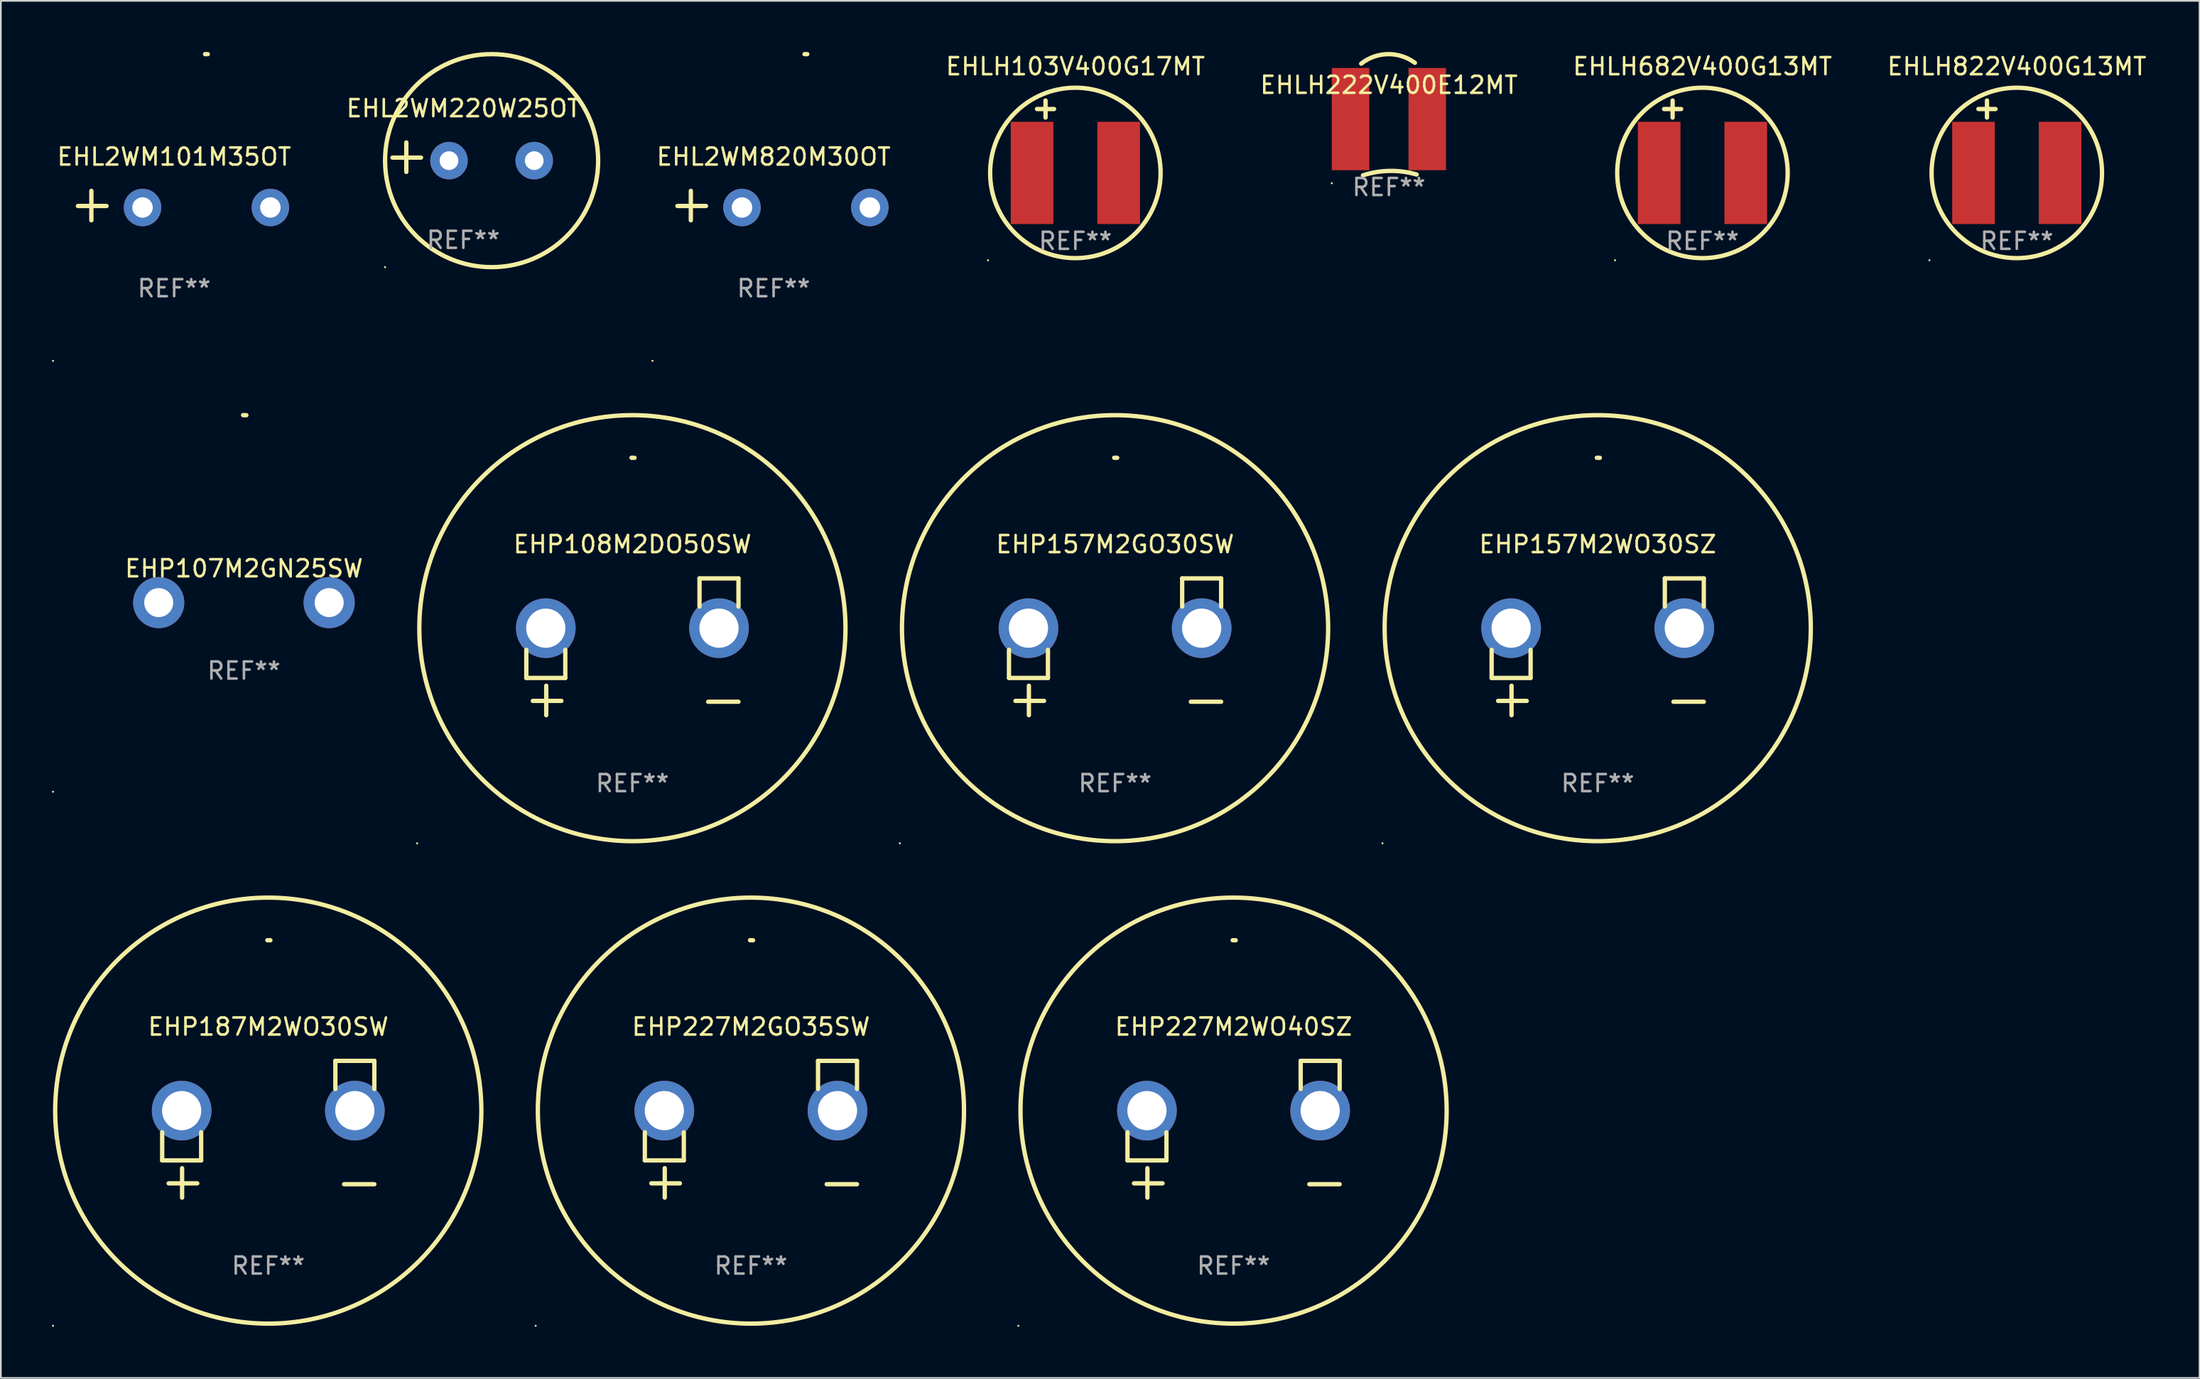
<source format=kicad_pcb>
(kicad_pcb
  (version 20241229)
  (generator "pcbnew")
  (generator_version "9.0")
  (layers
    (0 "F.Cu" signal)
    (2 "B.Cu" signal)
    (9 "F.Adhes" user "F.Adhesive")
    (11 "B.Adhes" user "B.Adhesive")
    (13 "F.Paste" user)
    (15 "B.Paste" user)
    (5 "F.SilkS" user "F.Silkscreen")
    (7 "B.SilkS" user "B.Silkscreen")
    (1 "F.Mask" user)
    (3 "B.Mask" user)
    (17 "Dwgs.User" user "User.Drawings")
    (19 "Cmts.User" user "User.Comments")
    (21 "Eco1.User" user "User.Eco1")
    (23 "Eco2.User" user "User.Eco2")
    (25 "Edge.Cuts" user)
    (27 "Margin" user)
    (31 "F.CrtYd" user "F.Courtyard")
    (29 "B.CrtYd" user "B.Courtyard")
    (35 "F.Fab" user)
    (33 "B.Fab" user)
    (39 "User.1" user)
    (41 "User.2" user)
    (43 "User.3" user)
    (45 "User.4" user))
  (footprint "EHP108M2DO50SW"
    (layer "F.Cu")
    (at 34.048 34.906)
    (property "Reference" "EHP108M2DO50SW" (at 0 -6.013 0) (layer "F.SilkS") (effects (font (size 1 1) (thickness 0.15))))
    (attr through_hole)
    (fp_line (start -6.223 0.178) (end -6.223 1.829) (stroke (width 0.254) (type solid)) (layer "F.SilkS"))
    (fp_line (start -6.223 1.829) (end -3.937 1.829) (stroke (width 0.254) (type solid)) (layer "F.SilkS"))
    (fp_line (start -5.055 4.013) (end -5.055 2.286) (stroke (width 0.254) (type solid)) (layer "F.SilkS"))
    (fp_line (start -4.166 3.175) (end -5.842 3.175) (stroke (width 0.254) (type solid)) (layer "F.SilkS"))
    (fp_line (start -3.937 1.829) (end -3.937 0.178) (stroke (width 0.254) (type solid)) (layer "F.SilkS"))
    (fp_line (start 3.937 -4.013) (end 3.937 -2.362) (stroke (width 0.254) (type solid)) (layer "F.SilkS"))
    (fp_line (start 6.223 -4.013) (end 3.937 -4.013) (stroke (width 0.254) (type solid)) (layer "F.SilkS"))
    (fp_line (start 6.223 -2.362) (end 6.223 -4.013) (stroke (width 0.254) (type solid)) (layer "F.SilkS"))
    (fp_line (start 6.223 3.226) (end 4.445 3.226) (stroke (width 0.254) (type solid)) (layer "F.SilkS"))
    (fp_arc (start -0.0508 -11.092202) (mid 0.036835 -11.091307) (end 0.12446 -11.089662) (stroke (width 0.254001) (type solid)) (layer "F.SilkS"))
    (fp_circle (center -12.627 11.535) (end -12.597 11.535) (stroke (width 0.06) (type solid)) (fill no) (layer "F.SilkS"))
    (fp_circle (center 0 -1.092) (end 12.5 -1.092) (stroke (width 0.254) (type solid)) (fill no) (layer "F.SilkS"))
    (fp_text user "REF**" (at 0 8.013 0) (layer "F.Fab") (effects (font (size 1 1) (thickness 0.15))))
    (pad "1" thru_hole circle (at -5.08 -1.092) (size 3.5 3.5) (drill 2.3) (layers "*.Cu" "*.Mask"))
    (pad "2" thru_hole circle (at 5.08 -1.092) (size 3.5 3.5) (drill 2.3) (layers "*.Cu" "*.Mask")))
  (footprint "EHP157M2GO30SW"
    (layer "F.Cu")
    (at 62.362 34.906)
    (property "Reference" "EHP157M2GO30SW" (at 0 -6.013 0) (layer "F.SilkS") (effects (font (size 1 1) (thickness 0.15))))
    (attr through_hole)
    (fp_line (start -6.223 0.178) (end -6.223 1.829) (stroke (width 0.254) (type solid)) (layer "F.SilkS"))
    (fp_line (start -6.223 1.829) (end -3.937 1.829) (stroke (width 0.254) (type solid)) (layer "F.SilkS"))
    (fp_line (start -5.055 4.013) (end -5.055 2.286) (stroke (width 0.254) (type solid)) (layer "F.SilkS"))
    (fp_line (start -4.166 3.175) (end -5.842 3.175) (stroke (width 0.254) (type solid)) (layer "F.SilkS"))
    (fp_line (start -3.937 1.829) (end -3.937 0.178) (stroke (width 0.254) (type solid)) (layer "F.SilkS"))
    (fp_line (start 3.937 -4.013) (end 3.937 -2.362) (stroke (width 0.254) (type solid)) (layer "F.SilkS"))
    (fp_line (start 6.223 -4.013) (end 3.937 -4.013) (stroke (width 0.254) (type solid)) (layer "F.SilkS"))
    (fp_line (start 6.223 -2.362) (end 6.223 -4.013) (stroke (width 0.254) (type solid)) (layer "F.SilkS"))
    (fp_line (start 6.223 3.226) (end 4.445 3.226) (stroke (width 0.254) (type solid)) (layer "F.SilkS"))
    (fp_arc (start -0.0508 -11.092202) (mid 0.036835 -11.091307) (end 0.12446 -11.089662) (stroke (width 0.254001) (type solid)) (layer "F.SilkS"))
    (fp_circle (center -12.627 11.535) (end -12.597 11.535) (stroke (width 0.06) (type solid)) (fill no) (layer "F.SilkS"))
    (fp_circle (center 0 -1.092) (end 12.5 -1.092) (stroke (width 0.254) (type solid)) (fill no) (layer "F.SilkS"))
    (fp_text user "REF**" (at 0 8.013 0) (layer "F.Fab") (effects (font (size 1 1) (thickness 0.15))))
    (pad "1" thru_hole circle (at -5.08 -1.092) (size 3.5 3.5) (drill 2.3) (layers "*.Cu" "*.Mask"))
    (pad "2" thru_hole circle (at 5.08 -1.092) (size 3.5 3.5) (drill 2.3) (layers "*.Cu" "*.Mask")))
  (footprint "EHL2WM220W25OT"
    (layer "F.Cu")
    (at 24.131 6.174)
    (property "Reference" "EHL2WM220W25OT" (at 0 -2.864 0) (layer "F.SilkS") (effects (font (size 1 1) (thickness 0.15))))
    (attr through_hole)
    (fp_line (start -3.346 0.864) (end -3.346 -0.864) (stroke (width 0.254) (type solid)) (layer "F.SilkS"))
    (fp_line (start -2.482 0.025) (end -4.158 0.025) (stroke (width 0.254) (type solid)) (layer "F.SilkS"))
    (fp_circle (center -4.592 6.453) (end -4.562 6.453) (stroke (width 0.06) (type solid)) (fill no) (layer "F.SilkS"))
    (fp_circle (center 1.658 0.203) (end 7.908 0.203) (stroke (width 0.254) (type solid)) (fill no) (layer "F.SilkS"))
    (fp_text user "REF**" (at 0 4.864 0) (layer "F.Fab") (effects (font (size 1 1) (thickness 0.15))))
    (pad "1" thru_hole circle (at -0.842 0.203) (size 2.2 2.2) (drill 1.1) (layers "*.Cu" "*.Mask"))
    (pad "2" thru_hole circle (at 4.158 0.203) (size 2.2 2.2) (drill 1.1) (layers "*.Cu" "*.Mask")))
  (footprint "EHP227M2GO35SW"
    (layer "F.Cu")
    (at 41.001 63.219)
    (property "Reference" "EHP227M2GO35SW" (at 0 -6.013 0) (layer "F.SilkS") (effects (font (size 1 1) (thickness 0.15))))
    (attr through_hole)
    (fp_line (start -6.223 0.178) (end -6.223 1.829) (stroke (width 0.254) (type solid)) (layer "F.SilkS"))
    (fp_line (start -6.223 1.829) (end -3.937 1.829) (stroke (width 0.254) (type solid)) (layer "F.SilkS"))
    (fp_line (start -5.055 4.013) (end -5.055 2.286) (stroke (width 0.254) (type solid)) (layer "F.SilkS"))
    (fp_line (start -4.166 3.175) (end -5.842 3.175) (stroke (width 0.254) (type solid)) (layer "F.SilkS"))
    (fp_line (start -3.937 1.829) (end -3.937 0.178) (stroke (width 0.254) (type solid)) (layer "F.SilkS"))
    (fp_line (start 3.937 -4.013) (end 3.937 -2.362) (stroke (width 0.254) (type solid)) (layer "F.SilkS"))
    (fp_line (start 6.223 -4.013) (end 3.937 -4.013) (stroke (width 0.254) (type solid)) (layer "F.SilkS"))
    (fp_line (start 6.223 -2.362) (end 6.223 -4.013) (stroke (width 0.254) (type solid)) (layer "F.SilkS"))
    (fp_line (start 6.223 3.226) (end 4.445 3.226) (stroke (width 0.254) (type solid)) (layer "F.SilkS"))
    (fp_arc (start -0.0508 -11.092202) (mid 0.036835 -11.091307) (end 0.12446 -11.089662) (stroke (width 0.254001) (type solid)) (layer "F.SilkS"))
    (fp_circle (center -12.627 11.535) (end -12.597 11.535) (stroke (width 0.06) (type solid)) (fill no) (layer "F.SilkS"))
    (fp_circle (center 0 -1.092) (end 12.5 -1.092) (stroke (width 0.254) (type solid)) (fill no) (layer "F.SilkS"))
    (fp_text user "REF**" (at 0 8.013 0) (layer "F.Fab") (effects (font (size 1 1) (thickness 0.15))))
    (pad "1" thru_hole circle (at -5.08 -1.092) (size 3.5 3.5) (drill 2.3) (layers "*.Cu" "*.Mask"))
    (pad "2" thru_hole circle (at 5.08 -1.092) (size 3.5 3.5) (drill 2.3) (layers "*.Cu" "*.Mask")))
  (footprint "EHP227M2WO40SZ"
    (layer "F.Cu")
    (at 69.314 63.219)
    (property "Reference" "EHP227M2WO40SZ" (at 0 -6.013 0) (layer "F.SilkS") (effects (font (size 1 1) (thickness 0.15))))
    (attr through_hole)
    (fp_line (start -6.223 0.178) (end -6.223 1.829) (stroke (width 0.254) (type solid)) (layer "F.SilkS"))
    (fp_line (start -6.223 1.829) (end -3.937 1.829) (stroke (width 0.254) (type solid)) (layer "F.SilkS"))
    (fp_line (start -5.055 4.013) (end -5.055 2.286) (stroke (width 0.254) (type solid)) (layer "F.SilkS"))
    (fp_line (start -4.166 3.175) (end -5.842 3.175) (stroke (width 0.254) (type solid)) (layer "F.SilkS"))
    (fp_line (start -3.937 1.829) (end -3.937 0.178) (stroke (width 0.254) (type solid)) (layer "F.SilkS"))
    (fp_line (start 3.937 -4.013) (end 3.937 -2.362) (stroke (width 0.254) (type solid)) (layer "F.SilkS"))
    (fp_line (start 6.223 -4.013) (end 3.937 -4.013) (stroke (width 0.254) (type solid)) (layer "F.SilkS"))
    (fp_line (start 6.223 -2.362) (end 6.223 -4.013) (stroke (width 0.254) (type solid)) (layer "F.SilkS"))
    (fp_line (start 6.223 3.226) (end 4.445 3.226) (stroke (width 0.254) (type solid)) (layer "F.SilkS"))
    (fp_arc (start -0.0508 -11.092202) (mid 0.036835 -11.091307) (end 0.12446 -11.089662) (stroke (width 0.254001) (type solid)) (layer "F.SilkS"))
    (fp_circle (center -12.627 11.535) (end -12.597 11.535) (stroke (width 0.06) (type solid)) (fill no) (layer "F.SilkS"))
    (fp_circle (center 0 -1.092) (end 12.5 -1.092) (stroke (width 0.254) (type solid)) (fill no) (layer "F.SilkS"))
    (fp_text user "REF**" (at 0 8.013 0) (layer "F.Fab") (effects (font (size 1 1) (thickness 0.15))))
    (pad "1" thru_hole circle (at -5.08 -1.092) (size 3.5 3.5) (drill 2.3) (layers "*.Cu" "*.Mask"))
    (pad "2" thru_hole circle (at 5.08 -1.092) (size 3.5 3.5) (drill 2.3) (layers "*.Cu" "*.Mask")))
  (footprint "EHP187M2WO30SW"
    (layer "F.Cu")
    (at 12.687 63.219)
    (property "Reference" "EHP187M2WO30SW" (at 0 -6.013 0) (layer "F.SilkS") (effects (font (size 1 1) (thickness 0.15))))
    (attr through_hole)
    (fp_line (start -6.223 0.178) (end -6.223 1.829) (stroke (width 0.254) (type solid)) (layer "F.SilkS"))
    (fp_line (start -6.223 1.829) (end -3.937 1.829) (stroke (width 0.254) (type solid)) (layer "F.SilkS"))
    (fp_line (start -5.055 4.013) (end -5.055 2.286) (stroke (width 0.254) (type solid)) (layer "F.SilkS"))
    (fp_line (start -4.166 3.175) (end -5.842 3.175) (stroke (width 0.254) (type solid)) (layer "F.SilkS"))
    (fp_line (start -3.937 1.829) (end -3.937 0.178) (stroke (width 0.254) (type solid)) (layer "F.SilkS"))
    (fp_line (start 3.937 -4.013) (end 3.937 -2.362) (stroke (width 0.254) (type solid)) (layer "F.SilkS"))
    (fp_line (start 6.223 -4.013) (end 3.937 -4.013) (stroke (width 0.254) (type solid)) (layer "F.SilkS"))
    (fp_line (start 6.223 -2.362) (end 6.223 -4.013) (stroke (width 0.254) (type solid)) (layer "F.SilkS"))
    (fp_line (start 6.223 3.226) (end 4.445 3.226) (stroke (width 0.254) (type solid)) (layer "F.SilkS"))
    (fp_arc (start -0.0508 -11.092202) (mid 0.036835 -11.091307) (end 0.12446 -11.089662) (stroke (width 0.254001) (type solid)) (layer "F.SilkS"))
    (fp_circle (center -12.627 11.535) (end -12.597 11.535) (stroke (width 0.06) (type solid)) (fill no) (layer "F.SilkS"))
    (fp_circle (center 0 -1.092) (end 12.5 -1.092) (stroke (width 0.254) (type solid)) (fill no) (layer "F.SilkS"))
    (fp_text user "REF**" (at 0 8.013 0) (layer "F.Fab") (effects (font (size 1 1) (thickness 0.15))))
    (pad "1" thru_hole circle (at -5.08 -1.092) (size 3.5 3.5) (drill 2.3) (layers "*.Cu" "*.Mask"))
    (pad "2" thru_hole circle (at 5.08 -1.092) (size 3.5 3.5) (drill 2.3) (layers "*.Cu" "*.Mask")))
  (footprint "EHLH682V400G13MT"
    (layer "F.Cu")
    (at 96.82 4.973)
    (property "Reference" "EHLH682V400G13MT" (at 0 -4.125 0) (layer "F.SilkS") (effects (font (size 1 1) (thickness 0.15))))
    (attr through_hole)
    (fp_line (start -2.25 -1.625) (end -1.25 -1.625) (stroke (width 0.254) (type solid)) (layer "F.SilkS"))
    (fp_line (start -1.75 -2.125) (end -1.75 -1.125) (stroke (width 0.254) (type solid)) (layer "F.SilkS"))
    (fp_circle (center -5.127 7.252) (end -5.097 7.252) (stroke (width 0.06) (type solid)) (fill no) (layer "F.SilkS"))
    (fp_circle (center 0 2.125) (end 5 2.125) (stroke (width 0.254) (type solid)) (fill no) (layer "F.SilkS"))
    (fp_text user "REF**" (at 0 6.125 0) (layer "F.Fab") (effects (font (size 1 1) (thickness 0.15))))
    (pad "1" smd rect (at -2.54 2.125 270) (size 6 2.5) (layers "F.Cu" "F.Mask" "F.Paste"))
    (pad "2" smd rect (at 2.54 2.125 270) (size 6 2.5) (layers "F.Cu" "F.Mask" "F.Paste")))
  (footprint "EHLH822V400G13MT"
    (layer "F.Cu")
    (at 115.261 4.973)
    (property "Reference" "EHLH822V400G13MT" (at 0 -4.125 0) (layer "F.SilkS") (effects (font (size 1 1) (thickness 0.15))))
    (attr through_hole)
    (fp_line (start -2.25 -1.625) (end -1.25 -1.625) (stroke (width 0.254) (type solid)) (layer "F.SilkS"))
    (fp_line (start -1.75 -2.125) (end -1.75 -1.125) (stroke (width 0.254) (type solid)) (layer "F.SilkS"))
    (fp_circle (center -5.127 7.252) (end -5.097 7.252) (stroke (width 0.06) (type solid)) (fill no) (layer "F.SilkS"))
    (fp_circle (center 0 2.125) (end 5 2.125) (stroke (width 0.254) (type solid)) (fill no) (layer "F.SilkS"))
    (fp_text user "REF**" (at 0 6.125 0) (layer "F.Fab") (effects (font (size 1 1) (thickness 0.15))))
    (pad "1" smd rect (at -2.54 2.125 270) (size 6 2.5) (layers "F.Cu" "F.Mask" "F.Paste"))
    (pad "2" smd rect (at 2.54 2.125 270) (size 6 2.5) (layers "F.Cu" "F.Mask" "F.Paste")))
  (footprint "EHL2WM101M35OT"
    (layer "F.Cu")
    (at 7.166 9.013)
    (property "Reference" "EHL2WM101M35OT" (at 0 -2.864 0) (layer "F.SilkS") (effects (font (size 1 1) (thickness 0.15))))
    (attr through_hole)
    (fp_line (start -4.856 0.864) (end -4.856 -0.864) (stroke (width 0.254) (type solid)) (layer "F.SilkS"))
    (fp_line (start -3.967 0.025) (end -5.644 0.025) (stroke (width 0.254) (type solid)) (layer "F.SilkS"))
    (fp_arc (start 1.815024 -8.885649) (mid 1.893764 -8.88599) (end 1.972504 -8.885649) (stroke (width 0.254001) (type solid)) (layer "F.SilkS"))
    (fp_circle (center -7.106 9.114) (end -7.076 9.114) (stroke (width 0.06) (type solid)) (fill no) (layer "F.SilkS"))
    (fp_text user "REF**" (at 0 4.864 0) (layer "F.Fab") (effects (font (size 1 1) (thickness 0.15))))
    (pad "1" thru_hole circle (at -1.856 0.114) (size 2.2 2.2) (drill 1.2) (layers "*.Cu" "*.Mask"))
    (pad "2" thru_hole circle (at 5.644 0.114) (size 2.2 2.2) (drill 1.2) (layers "*.Cu" "*.Mask")))
  (footprint "EHP157M2WO30SZ"
    (layer "F.Cu")
    (at 90.676 34.906)
    (property "Reference" "EHP157M2WO30SZ" (at 0 -6.013 0) (layer "F.SilkS") (effects (font (size 1 1) (thickness 0.15))))
    (attr through_hole)
    (fp_line (start -6.223 0.178) (end -6.223 1.829) (stroke (width 0.254) (type solid)) (layer "F.SilkS"))
    (fp_line (start -6.223 1.829) (end -3.937 1.829) (stroke (width 0.254) (type solid)) (layer "F.SilkS"))
    (fp_line (start -5.055 4.013) (end -5.055 2.286) (stroke (width 0.254) (type solid)) (layer "F.SilkS"))
    (fp_line (start -4.166 3.175) (end -5.842 3.175) (stroke (width 0.254) (type solid)) (layer "F.SilkS"))
    (fp_line (start -3.937 1.829) (end -3.937 0.178) (stroke (width 0.254) (type solid)) (layer "F.SilkS"))
    (fp_line (start 3.937 -4.013) (end 3.937 -2.362) (stroke (width 0.254) (type solid)) (layer "F.SilkS"))
    (fp_line (start 6.223 -4.013) (end 3.937 -4.013) (stroke (width 0.254) (type solid)) (layer "F.SilkS"))
    (fp_line (start 6.223 -2.362) (end 6.223 -4.013) (stroke (width 0.254) (type solid)) (layer "F.SilkS"))
    (fp_line (start 6.223 3.226) (end 4.445 3.226) (stroke (width 0.254) (type solid)) (layer "F.SilkS"))
    (fp_arc (start -0.0508 -11.092202) (mid 0.036835 -11.091307) (end 0.12446 -11.089662) (stroke (width 0.254001) (type solid)) (layer "F.SilkS"))
    (fp_circle (center -12.627 11.535) (end -12.597 11.535) (stroke (width 0.06) (type solid)) (fill no) (layer "F.SilkS"))
    (fp_circle (center 0 -1.092) (end 12.5 -1.092) (stroke (width 0.254) (type solid)) (fill no) (layer "F.SilkS"))
    (fp_text user "REF**" (at 0 8.013 0) (layer "F.Fab") (effects (font (size 1 1) (thickness 0.15))))
    (pad "1" thru_hole circle (at -5.08 -1.092) (size 3.5 3.5) (drill 2.3) (layers "*.Cu" "*.Mask"))
    (pad "2" thru_hole circle (at 5.08 -1.092) (size 3.5 3.5) (drill 2.3) (layers "*.Cu" "*.Mask")))
  (footprint "EHLH222V400E12MT"
    (layer "F.Cu")
    (at 78.427 3.939)
    (property "Reference" "EHLH222V400E12MT" (at 0 -2 0) (layer "F.SilkS") (effects (font (size 1 1) (thickness 0.15))))
    (attr through_hole)
    (fp_arc (start -1.626378 -3.252781) (mid -0.059532 -3.811851) (end 1.524016 -3.302007) (stroke (width 0.254001) (type solid)) (layer "F.SilkS"))
    (fp_arc (start -1.52399 3.302007) (mid 0.047497 3.040009) (end 1.626403 3.252782) (stroke (width 0.254001) (type solid)) (layer "F.SilkS"))
    (fp_circle (center -3.35 3.764) (end -3.32 3.764) (stroke (width 0.06) (type solid)) (fill no) (layer "F.SilkS"))
    (fp_text user "REF**" (at 0 4 0) (layer "F.Fab") (effects (font (size 1 1) (thickness 0.15))))
    (pad "1" smd rect (at -2.25 0) (size 2.2 6) (layers "F.Cu" "F.Mask" "F.Paste"))
    (pad "2" smd rect (at 2.25 0) (size 2.2 6) (layers "F.Cu" "F.Mask" "F.Paste")))
  (footprint "EHL2WM820M30OT"
    (layer "F.Cu")
    (at 42.332 9.013)
    (property "Reference" "EHL2WM820M30OT" (at 0 -2.864 0) (layer "F.SilkS") (effects (font (size 1 1) (thickness 0.15))))
    (attr through_hole)
    (fp_line (start -4.856 0.864) (end -4.856 -0.864) (stroke (width 0.254) (type solid)) (layer "F.SilkS"))
    (fp_line (start -3.967 0.025) (end -5.644 0.025) (stroke (width 0.254) (type solid)) (layer "F.SilkS"))
    (fp_arc (start 1.815024 -8.885649) (mid 1.893764 -8.88599) (end 1.972504 -8.885649) (stroke (width 0.254001) (type solid)) (layer "F.SilkS"))
    (fp_circle (center -7.106 9.114) (end -7.076 9.114) (stroke (width 0.06) (type solid)) (fill no) (layer "F.SilkS"))
    (fp_text user "REF**" (at 0 4.864 0) (layer "F.Fab") (effects (font (size 1 1) (thickness 0.15))))
    (pad "1" thru_hole circle (at -1.856 0.114) (size 2.2 2.2) (drill 1.2) (layers "*.Cu" "*.Mask"))
    (pad "2" thru_hole circle (at 5.644 0.114) (size 2.2 2.2) (drill 1.2) (layers "*.Cu" "*.Mask")))
  (footprint "EHLH103V400G17MT"
    (layer "F.Cu")
    (at 60.034 4.973)
    (property "Reference" "EHLH103V400G17MT" (at 0 -4.125 0) (layer "F.SilkS") (effects (font (size 1 1) (thickness 0.15))))
    (attr through_hole)
    (fp_line (start -2.25 -1.625) (end -1.25 -1.625) (stroke (width 0.254) (type solid)) (layer "F.SilkS"))
    (fp_line (start -1.75 -2.125) (end -1.75 -1.125) (stroke (width 0.254) (type solid)) (layer "F.SilkS"))
    (fp_circle (center -5.127 7.252) (end -5.097 7.252) (stroke (width 0.06) (type solid)) (fill no) (layer "F.SilkS"))
    (fp_circle (center 0 2.125) (end 5 2.125) (stroke (width 0.254) (type solid)) (fill no) (layer "F.SilkS"))
    (fp_text user "REF**" (at 0 6.125 0) (layer "F.Fab") (effects (font (size 1 1) (thickness 0.15))))
    (pad "1" smd rect (at -2.54 2.125 270) (size 6 2.5) (layers "F.Cu" "F.Mask" "F.Paste"))
    (pad "2" smd rect (at 2.54 2.125 270) (size 6 2.5) (layers "F.Cu" "F.Mask" "F.Paste")))
  (footprint "EHP107M2GN25SW"
    (layer "F.Cu")
    (at 11.26 32.314)
    (property "Reference" "EHP107M2GN25SW" (at 0 -2 0) (layer "F.SilkS") (effects (font (size 1 1) (thickness 0.15))))
    (attr through_hole)
    (fp_arc (start -0.050876 -11.000864) (mid 0.045649 -11.000008) (end 0.142164 -10.998324) (stroke (width 0.254001) (type solid)) (layer "F.SilkS"))
    (fp_circle (center -11.2 11.1) (end -11.17 11.1) (stroke (width 0.06) (type solid)) (fill no) (layer "F.SilkS"))
    (fp_text user "REF**" (at 0 4 0) (layer "F.Fab") (effects (font (size 1 1) (thickness 0.15))))
    (pad "1" thru_hole circle (at -5 0) (size 3 3) (drill 1.7) (layers "*.Cu" "*.Mask"))
    (pad "2" thru_hole circle (at 5 0) (size 3 3) (drill 1.7) (layers "*.Cu" "*.Mask")))
  (gr_rect
    (start -3 -3)
    (end 125.981 77.814)
    (stroke (width 0.1) (type default))
    (fill no)
    (layer "Edge.Cuts")))
</source>
